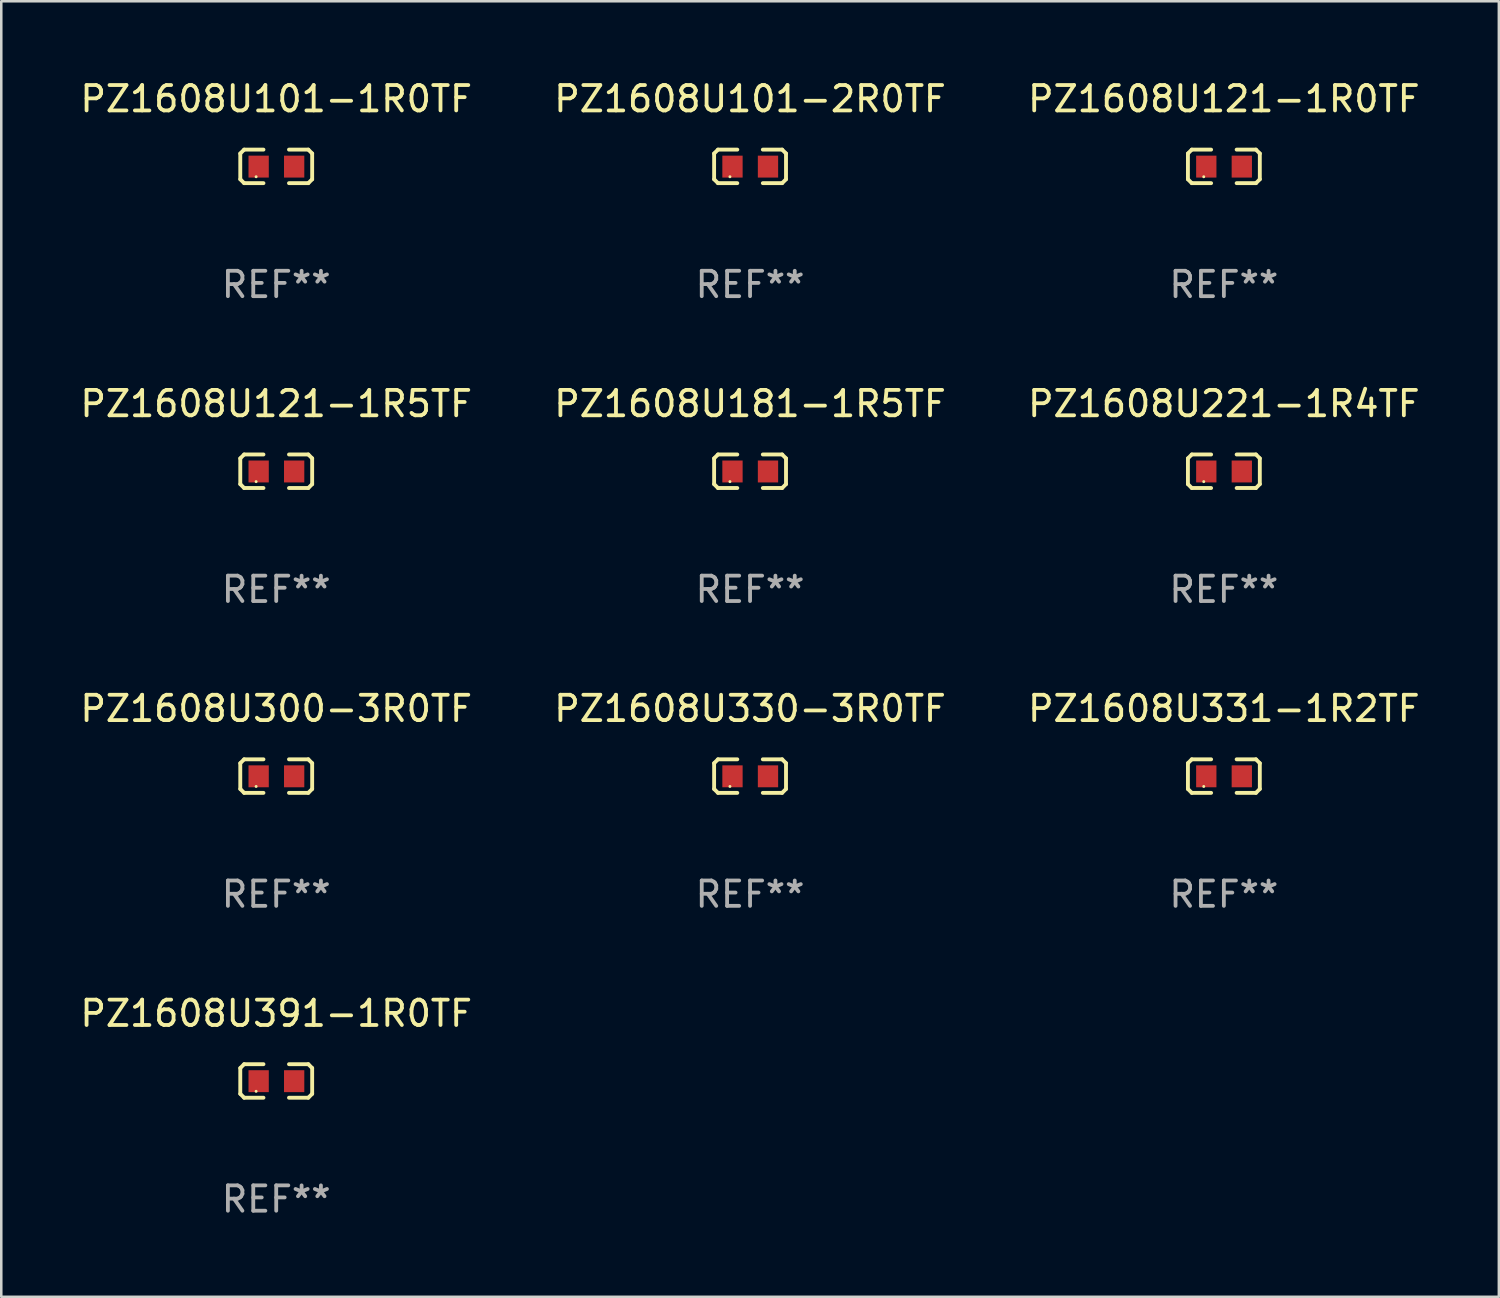
<source format=kicad_pcb>
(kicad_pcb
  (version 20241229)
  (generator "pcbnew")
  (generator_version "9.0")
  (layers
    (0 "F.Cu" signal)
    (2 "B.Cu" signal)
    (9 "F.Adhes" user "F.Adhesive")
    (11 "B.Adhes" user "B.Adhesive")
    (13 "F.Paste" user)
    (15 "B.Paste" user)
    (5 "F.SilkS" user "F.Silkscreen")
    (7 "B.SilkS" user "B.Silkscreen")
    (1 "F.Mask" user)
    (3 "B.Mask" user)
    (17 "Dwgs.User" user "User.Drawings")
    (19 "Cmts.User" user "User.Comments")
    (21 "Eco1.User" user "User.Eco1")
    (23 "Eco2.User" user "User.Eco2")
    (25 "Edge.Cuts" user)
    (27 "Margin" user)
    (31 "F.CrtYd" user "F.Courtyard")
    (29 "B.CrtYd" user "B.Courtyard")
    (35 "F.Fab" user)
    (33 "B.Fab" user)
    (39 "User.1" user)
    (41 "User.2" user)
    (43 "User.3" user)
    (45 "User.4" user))
  (footprint "PZ1608U391-1R0TF"
    (layer "F.Cu")
    (at 7.839 39.562)
    (property "Reference" "PZ1608U391-1R0TF" (at 0 -2.661 0) (layer "F.SilkS") (effects (font (size 1 1) (thickness 0.15))))
    (attr through_hole)
    (fp_line (start -1.417 -0.508) (end -1.265 -0.661) (stroke (width 0.152) (type solid)) (layer "F.SilkS"))
    (fp_line (start -1.417 0.508) (end -1.417 -0.508) (stroke (width 0.152) (type solid)) (layer "F.SilkS"))
    (fp_line (start -1.265 -0.661) (end -0.503 -0.661) (stroke (width 0.152) (type solid)) (layer "F.SilkS"))
    (fp_line (start -1.265 0.661) (end -1.417 0.508) (stroke (width 0.152) (type solid)) (layer "F.SilkS"))
    (fp_line (start -1.265 0.661) (end -0.503 0.661) (stroke (width 0.152) (type solid)) (layer "F.SilkS"))
    (fp_line (start 1.265 -0.661) (end 0.503 -0.661) (stroke (width 0.152) (type solid)) (layer "F.SilkS"))
    (fp_line (start 1.265 -0.661) (end 1.417 -0.508) (stroke (width 0.152) (type solid)) (layer "F.SilkS"))
    (fp_line (start 1.265 0.661) (end 0.503 0.661) (stroke (width 0.152) (type solid)) (layer "F.SilkS"))
    (fp_line (start 1.417 -0.508) (end 1.417 0.508) (stroke (width 0.152) (type solid)) (layer "F.SilkS"))
    (fp_line (start 1.417 0.508) (end 1.265 0.661) (stroke (width 0.152) (type solid)) (layer "F.SilkS"))
    (fp_circle (center -0.793 0.409) (end -0.763 0.409) (stroke (width 0.06) (type solid)) (fill no) (layer "F.SilkS"))
    (fp_text user "REF**" (at 0 4.661 0) (layer "F.Fab") (effects (font (size 1 1) (thickness 0.15))))
    (pad "1" smd rect (at -0.693 0.009 180) (size 0.8 0.864) (layers "F.Cu" "F.Mask" "F.Paste"))
    (pad "2" smd rect (at 0.707 0.009 180) (size 0.8 0.864) (layers "F.Cu" "F.Mask" "F.Paste")))
  (footprint "PZ1608U331-1R2TF"
    (layer "F.Cu")
    (at 45.196 27.544)
    (property "Reference" "PZ1608U331-1R2TF" (at 0 -2.661 0) (layer "F.SilkS") (effects (font (size 1 1) (thickness 0.15))))
    (attr through_hole)
    (fp_line (start -1.417 -0.508) (end -1.265 -0.661) (stroke (width 0.152) (type solid)) (layer "F.SilkS"))
    (fp_line (start -1.417 0.508) (end -1.417 -0.508) (stroke (width 0.152) (type solid)) (layer "F.SilkS"))
    (fp_line (start -1.265 -0.661) (end -0.503 -0.661) (stroke (width 0.152) (type solid)) (layer "F.SilkS"))
    (fp_line (start -1.265 0.661) (end -1.417 0.508) (stroke (width 0.152) (type solid)) (layer "F.SilkS"))
    (fp_line (start -1.265 0.661) (end -0.503 0.661) (stroke (width 0.152) (type solid)) (layer "F.SilkS"))
    (fp_line (start 1.265 -0.661) (end 0.503 -0.661) (stroke (width 0.152) (type solid)) (layer "F.SilkS"))
    (fp_line (start 1.265 -0.661) (end 1.417 -0.508) (stroke (width 0.152) (type solid)) (layer "F.SilkS"))
    (fp_line (start 1.265 0.661) (end 0.503 0.661) (stroke (width 0.152) (type solid)) (layer "F.SilkS"))
    (fp_line (start 1.417 -0.508) (end 1.417 0.508) (stroke (width 0.152) (type solid)) (layer "F.SilkS"))
    (fp_line (start 1.417 0.508) (end 1.265 0.661) (stroke (width 0.152) (type solid)) (layer "F.SilkS"))
    (fp_circle (center -0.793 0.409) (end -0.763 0.409) (stroke (width 0.06) (type solid)) (fill no) (layer "F.SilkS"))
    (fp_text user "REF**" (at 0 4.661 0) (layer "F.Fab") (effects (font (size 1 1) (thickness 0.15))))
    (pad "1" smd rect (at -0.693 0.009 180) (size 0.8 0.864) (layers "F.Cu" "F.Mask" "F.Paste"))
    (pad "2" smd rect (at 0.707 0.009 180) (size 0.8 0.864) (layers "F.Cu" "F.Mask" "F.Paste")))
  (footprint "PZ1608U121-1R5TF"
    (layer "F.Cu")
    (at 7.839 15.527)
    (property "Reference" "PZ1608U121-1R5TF" (at 0 -2.661 0) (layer "F.SilkS") (effects (font (size 1 1) (thickness 0.15))))
    (attr through_hole)
    (fp_line (start -1.417 -0.508) (end -1.265 -0.661) (stroke (width 0.152) (type solid)) (layer "F.SilkS"))
    (fp_line (start -1.417 0.508) (end -1.417 -0.508) (stroke (width 0.152) (type solid)) (layer "F.SilkS"))
    (fp_line (start -1.265 -0.661) (end -0.503 -0.661) (stroke (width 0.152) (type solid)) (layer "F.SilkS"))
    (fp_line (start -1.265 0.661) (end -1.417 0.508) (stroke (width 0.152) (type solid)) (layer "F.SilkS"))
    (fp_line (start -1.265 0.661) (end -0.503 0.661) (stroke (width 0.152) (type solid)) (layer "F.SilkS"))
    (fp_line (start 1.265 -0.661) (end 0.503 -0.661) (stroke (width 0.152) (type solid)) (layer "F.SilkS"))
    (fp_line (start 1.265 -0.661) (end 1.417 -0.508) (stroke (width 0.152) (type solid)) (layer "F.SilkS"))
    (fp_line (start 1.265 0.661) (end 0.503 0.661) (stroke (width 0.152) (type solid)) (layer "F.SilkS"))
    (fp_line (start 1.417 -0.508) (end 1.417 0.508) (stroke (width 0.152) (type solid)) (layer "F.SilkS"))
    (fp_line (start 1.417 0.508) (end 1.265 0.661) (stroke (width 0.152) (type solid)) (layer "F.SilkS"))
    (fp_circle (center -0.793 0.409) (end -0.763 0.409) (stroke (width 0.06) (type solid)) (fill no) (layer "F.SilkS"))
    (fp_text user "REF**" (at 0 4.661 0) (layer "F.Fab") (effects (font (size 1 1) (thickness 0.15))))
    (pad "1" smd rect (at -0.693 0.009 180) (size 0.8 0.864) (layers "F.Cu" "F.Mask" "F.Paste"))
    (pad "2" smd rect (at 0.707 0.009 180) (size 0.8 0.864) (layers "F.Cu" "F.Mask" "F.Paste")))
  (footprint "PZ1608U101-1R0TF"
    (layer "F.Cu")
    (at 7.839 3.509)
    (property "Reference" "PZ1608U101-1R0TF" (at 0 -2.661 0) (layer "F.SilkS") (effects (font (size 1 1) (thickness 0.15))))
    (attr through_hole)
    (fp_line (start -1.417 -0.508) (end -1.265 -0.661) (stroke (width 0.152) (type solid)) (layer "F.SilkS"))
    (fp_line (start -1.417 0.508) (end -1.417 -0.508) (stroke (width 0.152) (type solid)) (layer "F.SilkS"))
    (fp_line (start -1.265 -0.661) (end -0.503 -0.661) (stroke (width 0.152) (type solid)) (layer "F.SilkS"))
    (fp_line (start -1.265 0.661) (end -1.417 0.508) (stroke (width 0.152) (type solid)) (layer "F.SilkS"))
    (fp_line (start -1.265 0.661) (end -0.503 0.661) (stroke (width 0.152) (type solid)) (layer "F.SilkS"))
    (fp_line (start 1.265 -0.661) (end 0.503 -0.661) (stroke (width 0.152) (type solid)) (layer "F.SilkS"))
    (fp_line (start 1.265 -0.661) (end 1.417 -0.508) (stroke (width 0.152) (type solid)) (layer "F.SilkS"))
    (fp_line (start 1.265 0.661) (end 0.503 0.661) (stroke (width 0.152) (type solid)) (layer "F.SilkS"))
    (fp_line (start 1.417 -0.508) (end 1.417 0.508) (stroke (width 0.152) (type solid)) (layer "F.SilkS"))
    (fp_line (start 1.417 0.508) (end 1.265 0.661) (stroke (width 0.152) (type solid)) (layer "F.SilkS"))
    (fp_circle (center -0.793 0.409) (end -0.763 0.409) (stroke (width 0.06) (type solid)) (fill no) (layer "F.SilkS"))
    (fp_text user "REF**" (at 0 4.661 0) (layer "F.Fab") (effects (font (size 1 1) (thickness 0.15))))
    (pad "1" smd rect (at -0.693 0.009 180) (size 0.8 0.864) (layers "F.Cu" "F.Mask" "F.Paste"))
    (pad "2" smd rect (at 0.707 0.009 180) (size 0.8 0.864) (layers "F.Cu" "F.Mask" "F.Paste")))
  (footprint "PZ1608U221-1R4TF"
    (layer "F.Cu")
    (at 45.196 15.527)
    (property "Reference" "PZ1608U221-1R4TF" (at 0 -2.661 0) (layer "F.SilkS") (effects (font (size 1 1) (thickness 0.15))))
    (attr through_hole)
    (fp_line (start -1.417 -0.508) (end -1.265 -0.661) (stroke (width 0.152) (type solid)) (layer "F.SilkS"))
    (fp_line (start -1.417 0.508) (end -1.417 -0.508) (stroke (width 0.152) (type solid)) (layer "F.SilkS"))
    (fp_line (start -1.265 -0.661) (end -0.503 -0.661) (stroke (width 0.152) (type solid)) (layer "F.SilkS"))
    (fp_line (start -1.265 0.661) (end -1.417 0.508) (stroke (width 0.152) (type solid)) (layer "F.SilkS"))
    (fp_line (start -1.265 0.661) (end -0.503 0.661) (stroke (width 0.152) (type solid)) (layer "F.SilkS"))
    (fp_line (start 1.265 -0.661) (end 0.503 -0.661) (stroke (width 0.152) (type solid)) (layer "F.SilkS"))
    (fp_line (start 1.265 -0.661) (end 1.417 -0.508) (stroke (width 0.152) (type solid)) (layer "F.SilkS"))
    (fp_line (start 1.265 0.661) (end 0.503 0.661) (stroke (width 0.152) (type solid)) (layer "F.SilkS"))
    (fp_line (start 1.417 -0.508) (end 1.417 0.508) (stroke (width 0.152) (type solid)) (layer "F.SilkS"))
    (fp_line (start 1.417 0.508) (end 1.265 0.661) (stroke (width 0.152) (type solid)) (layer "F.SilkS"))
    (fp_circle (center -0.793 0.409) (end -0.763 0.409) (stroke (width 0.06) (type solid)) (fill no) (layer "F.SilkS"))
    (fp_text user "REF**" (at 0 4.661 0) (layer "F.Fab") (effects (font (size 1 1) (thickness 0.15))))
    (pad "1" smd rect (at -0.693 0.009 180) (size 0.8 0.864) (layers "F.Cu" "F.Mask" "F.Paste"))
    (pad "2" smd rect (at 0.707 0.009 180) (size 0.8 0.864) (layers "F.Cu" "F.Mask" "F.Paste")))
  (footprint "PZ1608U300-3R0TF"
    (layer "F.Cu")
    (at 7.839 27.544)
    (property "Reference" "PZ1608U300-3R0TF" (at 0 -2.661 0) (layer "F.SilkS") (effects (font (size 1 1) (thickness 0.15))))
    (attr through_hole)
    (fp_line (start -1.417 -0.508) (end -1.265 -0.661) (stroke (width 0.152) (type solid)) (layer "F.SilkS"))
    (fp_line (start -1.417 0.508) (end -1.417 -0.508) (stroke (width 0.152) (type solid)) (layer "F.SilkS"))
    (fp_line (start -1.265 -0.661) (end -0.503 -0.661) (stroke (width 0.152) (type solid)) (layer "F.SilkS"))
    (fp_line (start -1.265 0.661) (end -1.417 0.508) (stroke (width 0.152) (type solid)) (layer "F.SilkS"))
    (fp_line (start -1.265 0.661) (end -0.503 0.661) (stroke (width 0.152) (type solid)) (layer "F.SilkS"))
    (fp_line (start 1.265 -0.661) (end 0.503 -0.661) (stroke (width 0.152) (type solid)) (layer "F.SilkS"))
    (fp_line (start 1.265 -0.661) (end 1.417 -0.508) (stroke (width 0.152) (type solid)) (layer "F.SilkS"))
    (fp_line (start 1.265 0.661) (end 0.503 0.661) (stroke (width 0.152) (type solid)) (layer "F.SilkS"))
    (fp_line (start 1.417 -0.508) (end 1.417 0.508) (stroke (width 0.152) (type solid)) (layer "F.SilkS"))
    (fp_line (start 1.417 0.508) (end 1.265 0.661) (stroke (width 0.152) (type solid)) (layer "F.SilkS"))
    (fp_circle (center -0.793 0.409) (end -0.763 0.409) (stroke (width 0.06) (type solid)) (fill no) (layer "F.SilkS"))
    (fp_text user "REF**" (at 0 4.661 0) (layer "F.Fab") (effects (font (size 1 1) (thickness 0.15))))
    (pad "1" smd rect (at -0.693 0.009 180) (size 0.8 0.864) (layers "F.Cu" "F.Mask" "F.Paste"))
    (pad "2" smd rect (at 0.707 0.009 180) (size 0.8 0.864) (layers "F.Cu" "F.Mask" "F.Paste")))
  (footprint "PZ1608U330-3R0TF"
    (layer "F.Cu")
    (at 26.518 27.544)
    (property "Reference" "PZ1608U330-3R0TF" (at 0 -2.661 0) (layer "F.SilkS") (effects (font (size 1 1) (thickness 0.15))))
    (attr through_hole)
    (fp_line (start -1.417 -0.508) (end -1.265 -0.661) (stroke (width 0.152) (type solid)) (layer "F.SilkS"))
    (fp_line (start -1.417 0.508) (end -1.417 -0.508) (stroke (width 0.152) (type solid)) (layer "F.SilkS"))
    (fp_line (start -1.265 -0.661) (end -0.503 -0.661) (stroke (width 0.152) (type solid)) (layer "F.SilkS"))
    (fp_line (start -1.265 0.661) (end -1.417 0.508) (stroke (width 0.152) (type solid)) (layer "F.SilkS"))
    (fp_line (start -1.265 0.661) (end -0.503 0.661) (stroke (width 0.152) (type solid)) (layer "F.SilkS"))
    (fp_line (start 1.265 -0.661) (end 0.503 -0.661) (stroke (width 0.152) (type solid)) (layer "F.SilkS"))
    (fp_line (start 1.265 -0.661) (end 1.417 -0.508) (stroke (width 0.152) (type solid)) (layer "F.SilkS"))
    (fp_line (start 1.265 0.661) (end 0.503 0.661) (stroke (width 0.152) (type solid)) (layer "F.SilkS"))
    (fp_line (start 1.417 -0.508) (end 1.417 0.508) (stroke (width 0.152) (type solid)) (layer "F.SilkS"))
    (fp_line (start 1.417 0.508) (end 1.265 0.661) (stroke (width 0.152) (type solid)) (layer "F.SilkS"))
    (fp_circle (center -0.793 0.409) (end -0.763 0.409) (stroke (width 0.06) (type solid)) (fill no) (layer "F.SilkS"))
    (fp_text user "REF**" (at 0 4.661 0) (layer "F.Fab") (effects (font (size 1 1) (thickness 0.15))))
    (pad "1" smd rect (at -0.693 0.009 180) (size 0.8 0.864) (layers "F.Cu" "F.Mask" "F.Paste"))
    (pad "2" smd rect (at 0.707 0.009 180) (size 0.8 0.864) (layers "F.Cu" "F.Mask" "F.Paste")))
  (footprint "PZ1608U181-1R5TF"
    (layer "F.Cu")
    (at 26.518 15.527)
    (property "Reference" "PZ1608U181-1R5TF" (at 0 -2.661 0) (layer "F.SilkS") (effects (font (size 1 1) (thickness 0.15))))
    (attr through_hole)
    (fp_line (start -1.417 -0.508) (end -1.265 -0.661) (stroke (width 0.152) (type solid)) (layer "F.SilkS"))
    (fp_line (start -1.417 0.508) (end -1.417 -0.508) (stroke (width 0.152) (type solid)) (layer "F.SilkS"))
    (fp_line (start -1.265 -0.661) (end -0.503 -0.661) (stroke (width 0.152) (type solid)) (layer "F.SilkS"))
    (fp_line (start -1.265 0.661) (end -1.417 0.508) (stroke (width 0.152) (type solid)) (layer "F.SilkS"))
    (fp_line (start -1.265 0.661) (end -0.503 0.661) (stroke (width 0.152) (type solid)) (layer "F.SilkS"))
    (fp_line (start 1.265 -0.661) (end 0.503 -0.661) (stroke (width 0.152) (type solid)) (layer "F.SilkS"))
    (fp_line (start 1.265 -0.661) (end 1.417 -0.508) (stroke (width 0.152) (type solid)) (layer "F.SilkS"))
    (fp_line (start 1.265 0.661) (end 0.503 0.661) (stroke (width 0.152) (type solid)) (layer "F.SilkS"))
    (fp_line (start 1.417 -0.508) (end 1.417 0.508) (stroke (width 0.152) (type solid)) (layer "F.SilkS"))
    (fp_line (start 1.417 0.508) (end 1.265 0.661) (stroke (width 0.152) (type solid)) (layer "F.SilkS"))
    (fp_circle (center -0.793 0.409) (end -0.763 0.409) (stroke (width 0.06) (type solid)) (fill no) (layer "F.SilkS"))
    (fp_text user "REF**" (at 0 4.661 0) (layer "F.Fab") (effects (font (size 1 1) (thickness 0.15))))
    (pad "1" smd rect (at -0.693 0.009 180) (size 0.8 0.864) (layers "F.Cu" "F.Mask" "F.Paste"))
    (pad "2" smd rect (at 0.707 0.009 180) (size 0.8 0.864) (layers "F.Cu" "F.Mask" "F.Paste")))
  (footprint "PZ1608U101-2R0TF"
    (layer "F.Cu")
    (at 26.518 3.509)
    (property "Reference" "PZ1608U101-2R0TF" (at 0 -2.661 0) (layer "F.SilkS") (effects (font (size 1 1) (thickness 0.15))))
    (attr through_hole)
    (fp_line (start -1.417 -0.508) (end -1.265 -0.661) (stroke (width 0.152) (type solid)) (layer "F.SilkS"))
    (fp_line (start -1.417 0.508) (end -1.417 -0.508) (stroke (width 0.152) (type solid)) (layer "F.SilkS"))
    (fp_line (start -1.265 -0.661) (end -0.503 -0.661) (stroke (width 0.152) (type solid)) (layer "F.SilkS"))
    (fp_line (start -1.265 0.661) (end -1.417 0.508) (stroke (width 0.152) (type solid)) (layer "F.SilkS"))
    (fp_line (start -1.265 0.661) (end -0.503 0.661) (stroke (width 0.152) (type solid)) (layer "F.SilkS"))
    (fp_line (start 1.265 -0.661) (end 0.503 -0.661) (stroke (width 0.152) (type solid)) (layer "F.SilkS"))
    (fp_line (start 1.265 -0.661) (end 1.417 -0.508) (stroke (width 0.152) (type solid)) (layer "F.SilkS"))
    (fp_line (start 1.265 0.661) (end 0.503 0.661) (stroke (width 0.152) (type solid)) (layer "F.SilkS"))
    (fp_line (start 1.417 -0.508) (end 1.417 0.508) (stroke (width 0.152) (type solid)) (layer "F.SilkS"))
    (fp_line (start 1.417 0.508) (end 1.265 0.661) (stroke (width 0.152) (type solid)) (layer "F.SilkS"))
    (fp_circle (center -0.793 0.409) (end -0.763 0.409) (stroke (width 0.06) (type solid)) (fill no) (layer "F.SilkS"))
    (fp_text user "REF**" (at 0 4.661 0) (layer "F.Fab") (effects (font (size 1 1) (thickness 0.15))))
    (pad "1" smd rect (at -0.693 0.009 180) (size 0.8 0.864) (layers "F.Cu" "F.Mask" "F.Paste"))
    (pad "2" smd rect (at 0.707 0.009 180) (size 0.8 0.864) (layers "F.Cu" "F.Mask" "F.Paste")))
  (footprint "PZ1608U121-1R0TF"
    (layer "F.Cu")
    (at 45.196 3.509)
    (property "Reference" "PZ1608U121-1R0TF" (at 0 -2.661 0) (layer "F.SilkS") (effects (font (size 1 1) (thickness 0.15))))
    (attr through_hole)
    (fp_line (start -1.417 -0.508) (end -1.265 -0.661) (stroke (width 0.152) (type solid)) (layer "F.SilkS"))
    (fp_line (start -1.417 0.508) (end -1.417 -0.508) (stroke (width 0.152) (type solid)) (layer "F.SilkS"))
    (fp_line (start -1.265 -0.661) (end -0.503 -0.661) (stroke (width 0.152) (type solid)) (layer "F.SilkS"))
    (fp_line (start -1.265 0.661) (end -1.417 0.508) (stroke (width 0.152) (type solid)) (layer "F.SilkS"))
    (fp_line (start -1.265 0.661) (end -0.503 0.661) (stroke (width 0.152) (type solid)) (layer "F.SilkS"))
    (fp_line (start 1.265 -0.661) (end 0.503 -0.661) (stroke (width 0.152) (type solid)) (layer "F.SilkS"))
    (fp_line (start 1.265 -0.661) (end 1.417 -0.508) (stroke (width 0.152) (type solid)) (layer "F.SilkS"))
    (fp_line (start 1.265 0.661) (end 0.503 0.661) (stroke (width 0.152) (type solid)) (layer "F.SilkS"))
    (fp_line (start 1.417 -0.508) (end 1.417 0.508) (stroke (width 0.152) (type solid)) (layer "F.SilkS"))
    (fp_line (start 1.417 0.508) (end 1.265 0.661) (stroke (width 0.152) (type solid)) (layer "F.SilkS"))
    (fp_circle (center -0.793 0.409) (end -0.763 0.409) (stroke (width 0.06) (type solid)) (fill no) (layer "F.SilkS"))
    (fp_text user "REF**" (at 0 4.661 0) (layer "F.Fab") (effects (font (size 1 1) (thickness 0.15))))
    (pad "1" smd rect (at -0.693 0.009 180) (size 0.8 0.864) (layers "F.Cu" "F.Mask" "F.Paste"))
    (pad "2" smd rect (at 0.707 0.009 180) (size 0.8 0.864) (layers "F.Cu" "F.Mask" "F.Paste")))
  (gr_rect
    (start -3 -3)
    (end 56.036 48.071)
    (stroke (width 0.1) (type default))
    (fill no)
    (layer "Edge.Cuts")))
</source>
